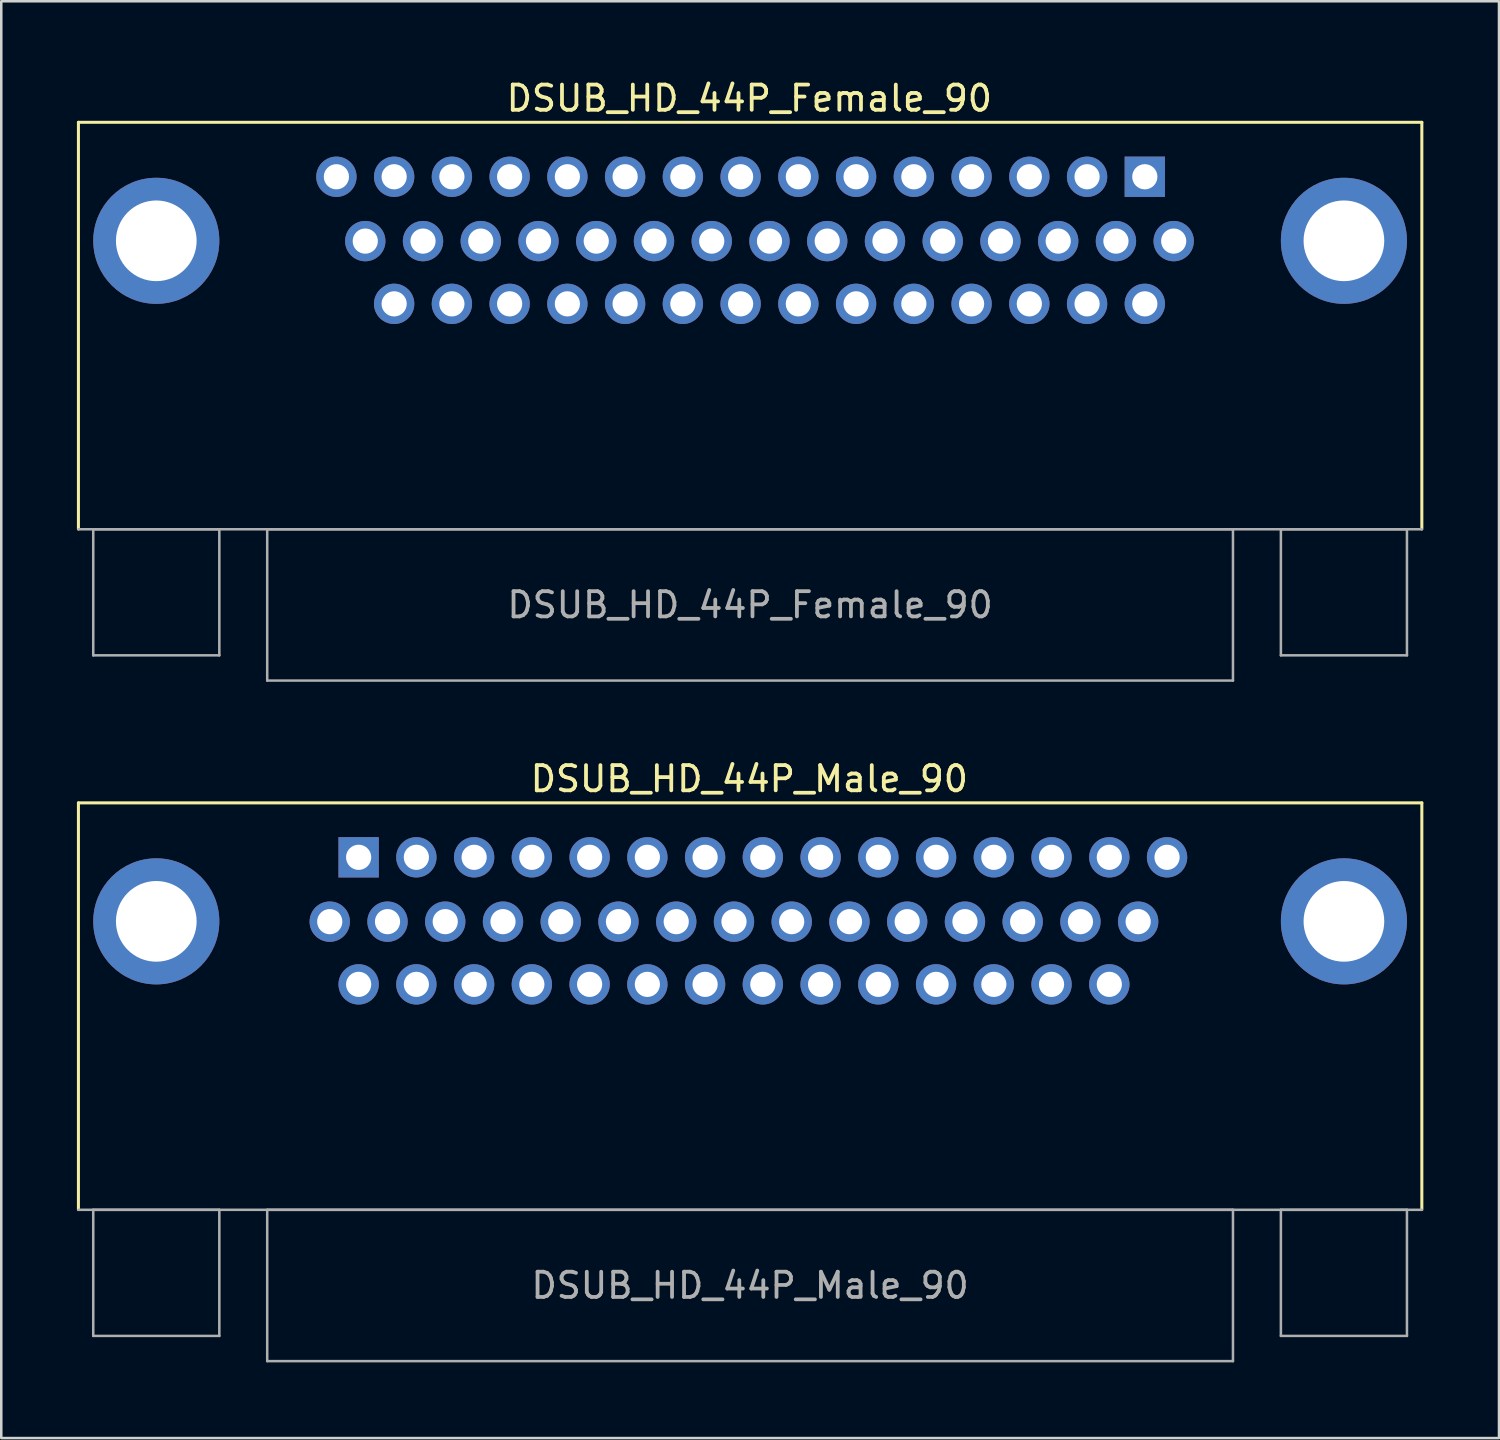
<source format=kicad_pcb>
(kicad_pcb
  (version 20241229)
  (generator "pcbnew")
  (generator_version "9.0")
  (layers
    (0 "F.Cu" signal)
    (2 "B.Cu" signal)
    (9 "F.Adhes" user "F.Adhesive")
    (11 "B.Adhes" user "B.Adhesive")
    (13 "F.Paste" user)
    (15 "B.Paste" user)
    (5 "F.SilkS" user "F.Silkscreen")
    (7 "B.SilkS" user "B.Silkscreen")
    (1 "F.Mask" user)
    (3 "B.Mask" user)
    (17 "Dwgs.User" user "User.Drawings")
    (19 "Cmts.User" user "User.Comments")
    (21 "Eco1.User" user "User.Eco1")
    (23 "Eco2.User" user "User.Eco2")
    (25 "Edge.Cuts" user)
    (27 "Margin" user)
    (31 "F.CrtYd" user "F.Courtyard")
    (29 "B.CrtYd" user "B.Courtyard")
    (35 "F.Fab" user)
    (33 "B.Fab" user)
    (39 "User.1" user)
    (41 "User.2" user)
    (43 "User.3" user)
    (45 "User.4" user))
  (footprint "DSUB_HD_44P_Male_90"
    (layer "F.Cu")
    (at 26.73 44.919)
    (property "Reference" "DSUB_HD_44P_Male_90" (at -0.064 -17.081 0) (layer "F.SilkS") (effects (font (size 1 1) (thickness 0.15))))
    (attr through_hole)
    (fp_line (start -26.67 -16.129) (end -26.67 0) (stroke (width 0.12) (type solid)) (layer "F.SilkS"))
    (fp_line (start -26.67 -16.129) (end 26.607 -16.129) (stroke (width 0.12) (type solid)) (layer "F.SilkS"))
    (fp_line (start 26.607 -16.129) (end 26.607 0) (stroke (width 0.12) (type solid)) (layer "F.SilkS"))
    (fp_line (start -26.67 0.01) (end 26.607 0.01) (stroke (width 0.1) (type solid)) (layer "F.Fab"))
    (fp_line (start -26.082 0.01) (end -26.082 5.01) (stroke (width 0.1) (type solid)) (layer "F.Fab"))
    (fp_line (start -26.082 5.01) (end -21.082 5.01) (stroke (width 0.1) (type solid)) (layer "F.Fab"))
    (fp_line (start -21.082 0.01) (end -26.082 0.01) (stroke (width 0.1) (type solid)) (layer "F.Fab"))
    (fp_line (start -21.082 5.01) (end -21.082 0.01) (stroke (width 0.1) (type solid)) (layer "F.Fab"))
    (fp_line (start -19.183 0.01) (end -19.183 6.01) (stroke (width 0.1) (type solid)) (layer "F.Fab"))
    (fp_line (start -19.183 6.01) (end 19.117 6.01) (stroke (width 0.1) (type solid)) (layer "F.Fab"))
    (fp_line (start 19.117 0.01) (end -19.183 0.01) (stroke (width 0.1) (type solid)) (layer "F.Fab"))
    (fp_line (start 19.117 6.01) (end 19.117 0.01) (stroke (width 0.1) (type solid)) (layer "F.Fab"))
    (fp_line (start 21.017 0.01) (end 21.017 5.01) (stroke (width 0.1) (type solid)) (layer "F.Fab"))
    (fp_line (start 21.017 5.01) (end 26.017 5.01) (stroke (width 0.1) (type solid)) (layer "F.Fab"))
    (fp_line (start 26.017 0.01) (end 21.017 0.01) (stroke (width 0.1) (type solid)) (layer "F.Fab"))
    (fp_line (start 26.017 5.01) (end 26.017 0.01) (stroke (width 0.1) (type solid)) (layer "F.Fab"))
    (fp_text user "${REFERENCE}" (at -0.033 3.01 0) (layer "F.Fab") (effects (font (size 1 1) (thickness 0.15))))
    (pad "1" thru_hole rect (at -15.557 -13.97) (size 1.6 1.6) (drill 1) (layers "*.Cu" "*.Mask"))
    (pad "2" thru_hole circle (at -13.268 -13.97) (size 1.6 1.6) (drill 1) (layers "*.Cu" "*.Mask"))
    (pad "3" thru_hole circle (at -10.977 -13.97) (size 1.6 1.6) (drill 1) (layers "*.Cu" "*.Mask"))
    (pad "4" thru_hole circle (at -8.688 -13.97) (size 1.6 1.6) (drill 1) (layers "*.Cu" "*.Mask"))
    (pad "5" thru_hole circle (at -6.397 -13.97) (size 1.6 1.6) (drill 1) (layers "*.Cu" "*.Mask"))
    (pad "6" thru_hole circle (at -4.107 -13.97) (size 1.6 1.6) (drill 1) (layers "*.Cu" "*.Mask"))
    (pad "7" thru_hole circle (at -1.817 -13.97) (size 1.6 1.6) (drill 1) (layers "*.Cu" "*.Mask"))
    (pad "8" thru_hole circle (at 0.472 -13.97) (size 1.6 1.6) (drill 1) (layers "*.Cu" "*.Mask"))
    (pad "9" thru_hole circle (at 2.763 -13.97) (size 1.6 1.6) (drill 1) (layers "*.Cu" "*.Mask"))
    (pad "10" thru_hole circle (at 5.053 -13.97) (size 1.6 1.6) (drill 1) (layers "*.Cu" "*.Mask"))
    (pad "11" thru_hole circle (at 7.343 -13.97) (size 1.6 1.6) (drill 1) (layers "*.Cu" "*.Mask"))
    (pad "12" thru_hole circle (at 9.633 -13.97) (size 1.6 1.6) (drill 1) (layers "*.Cu" "*.Mask"))
    (pad "13" thru_hole circle (at 11.922 -13.97) (size 1.6 1.6) (drill 1) (layers "*.Cu" "*.Mask"))
    (pad "14" thru_hole circle (at 14.213 -13.97) (size 1.6 1.6) (drill 1) (layers "*.Cu" "*.Mask"))
    (pad "15" thru_hole circle (at 16.503 -13.97) (size 1.6 1.6) (drill 1) (layers "*.Cu" "*.Mask"))
    (pad "16" thru_hole circle (at -16.703 -11.418) (size 1.6 1.6) (drill 1) (layers "*.Cu" "*.Mask"))
    (pad "17" thru_hole circle (at -14.412 -11.418) (size 1.6 1.6) (drill 1) (layers "*.Cu" "*.Mask"))
    (pad "18" thru_hole circle (at -12.123 -11.418) (size 1.6 1.6) (drill 1) (layers "*.Cu" "*.Mask"))
    (pad "19" thru_hole circle (at -9.832 -11.418) (size 1.6 1.6) (drill 1) (layers "*.Cu" "*.Mask"))
    (pad "20" thru_hole circle (at -7.543 -11.418) (size 1.6 1.6) (drill 1) (layers "*.Cu" "*.Mask"))
    (pad "21" thru_hole circle (at -5.253 -11.418) (size 1.6 1.6) (drill 1) (layers "*.Cu" "*.Mask"))
    (pad "22" thru_hole circle (at -2.962 -11.418) (size 1.6 1.6) (drill 1) (layers "*.Cu" "*.Mask"))
    (pad "23" thru_hole circle (at -0.672 -11.418) (size 1.6 1.6) (drill 1) (layers "*.Cu" "*.Mask"))
    (pad "24" thru_hole circle (at 1.617 -11.418) (size 1.6 1.6) (drill 1) (layers "*.Cu" "*.Mask"))
    (pad "25" thru_hole circle (at 3.908 -11.418) (size 1.6 1.6) (drill 1) (layers "*.Cu" "*.Mask"))
    (pad "26" thru_hole circle (at 6.197 -11.418) (size 1.6 1.6) (drill 1) (layers "*.Cu" "*.Mask"))
    (pad "27" thru_hole circle (at 8.488 -11.418) (size 1.6 1.6) (drill 1) (layers "*.Cu" "*.Mask"))
    (pad "28" thru_hole circle (at 10.777 -11.418) (size 1.6 1.6) (drill 1) (layers "*.Cu" "*.Mask"))
    (pad "29" thru_hole circle (at 13.068 -11.418) (size 1.6 1.6) (drill 1) (layers "*.Cu" "*.Mask"))
    (pad "30" thru_hole circle (at 15.357 -11.418) (size 1.6 1.6) (drill 1) (layers "*.Cu" "*.Mask"))
    (pad "31" thru_hole circle (at -15.557 -8.931) (size 1.6 1.6) (drill 1) (layers "*.Cu" "*.Mask"))
    (pad "32" thru_hole circle (at -13.268 -8.931) (size 1.6 1.6) (drill 1) (layers "*.Cu" "*.Mask"))
    (pad "33" thru_hole circle (at -10.977 -8.931) (size 1.6 1.6) (drill 1) (layers "*.Cu" "*.Mask"))
    (pad "34" thru_hole circle (at -8.688 -8.931) (size 1.6 1.6) (drill 1) (layers "*.Cu" "*.Mask"))
    (pad "35" thru_hole circle (at -6.397 -8.931) (size 1.6 1.6) (drill 1) (layers "*.Cu" "*.Mask"))
    (pad "36" thru_hole circle (at -4.107 -8.931) (size 1.6 1.6) (drill 1) (layers "*.Cu" "*.Mask"))
    (pad "37" thru_hole circle (at -1.817 -8.931) (size 1.6 1.6) (drill 1) (layers "*.Cu" "*.Mask"))
    (pad "38" thru_hole circle (at 0.472 -8.931) (size 1.6 1.6) (drill 1) (layers "*.Cu" "*.Mask"))
    (pad "39" thru_hole circle (at 2.763 -8.931) (size 1.6 1.6) (drill 1) (layers "*.Cu" "*.Mask"))
    (pad "40" thru_hole circle (at 5.053 -8.931) (size 1.6 1.6) (drill 1) (layers "*.Cu" "*.Mask"))
    (pad "41" thru_hole circle (at 7.343 -8.931) (size 1.6 1.6) (drill 1) (layers "*.Cu" "*.Mask"))
    (pad "42" thru_hole circle (at 9.633 -8.931) (size 1.6 1.6) (drill 1) (layers "*.Cu" "*.Mask"))
    (pad "43" thru_hole circle (at 11.922 -8.931) (size 1.6 1.6) (drill 1) (layers "*.Cu" "*.Mask"))
    (pad "44" thru_hole circle (at 14.213 -8.931) (size 1.6 1.6) (drill 1) (layers "*.Cu" "*.Mask"))
    (pad "101" thru_hole circle (at -23.582 -11.43) (size 5 5) (drill 3.2) (layers "*.Cu" "*.Mask"))
    (pad "102" thru_hole circle (at 23.517 -11.43) (size 5 5) (drill 3.2) (layers "*.Cu" "*.Mask")))
  (footprint "DSUB_HD_44P_Female_90"
    (layer "F.Cu")
    (at 26.73 17.934)
    (property "Reference" "DSUB_HD_44P_Female_90" (at -0.064 -17.085 0) (layer "F.SilkS") (effects (font (size 1 1) (thickness 0.15))))
    (attr through_hole)
    (fp_line (start -26.67 -16.133) (end -26.67 -0.004) (stroke (width 0.12) (type solid)) (layer "F.SilkS"))
    (fp_line (start -26.67 -16.133) (end 26.607 -16.133) (stroke (width 0.12) (type solid)) (layer "F.SilkS"))
    (fp_line (start 26.607 -16.133) (end 26.607 -0.004) (stroke (width 0.12) (type solid)) (layer "F.SilkS"))
    (fp_line (start -26.67 0.006) (end 26.607 0.006) (stroke (width 0.1) (type solid)) (layer "F.Fab"))
    (fp_line (start -26.082 0.006) (end -26.082 5.006) (stroke (width 0.1) (type solid)) (layer "F.Fab"))
    (fp_line (start -26.082 5.006) (end -21.082 5.006) (stroke (width 0.1) (type solid)) (layer "F.Fab"))
    (fp_line (start -21.082 0.006) (end -26.082 0.006) (stroke (width 0.1) (type solid)) (layer "F.Fab"))
    (fp_line (start -21.082 5.006) (end -21.082 0.006) (stroke (width 0.1) (type solid)) (layer "F.Fab"))
    (fp_line (start -19.183 0.006) (end -19.183 6.006) (stroke (width 0.1) (type solid)) (layer "F.Fab"))
    (fp_line (start -19.183 6.006) (end 19.117 6.006) (stroke (width 0.1) (type solid)) (layer "F.Fab"))
    (fp_line (start 19.117 0.006) (end -19.183 0.006) (stroke (width 0.1) (type solid)) (layer "F.Fab"))
    (fp_line (start 19.117 6.006) (end 19.117 0.006) (stroke (width 0.1) (type solid)) (layer "F.Fab"))
    (fp_line (start 21.017 0.006) (end 21.017 5.006) (stroke (width 0.1) (type solid)) (layer "F.Fab"))
    (fp_line (start 21.017 5.006) (end 26.017 5.006) (stroke (width 0.1) (type solid)) (layer "F.Fab"))
    (fp_line (start 26.017 0.006) (end 21.017 0.006) (stroke (width 0.1) (type solid)) (layer "F.Fab"))
    (fp_line (start 26.017 5.006) (end 26.017 0.006) (stroke (width 0.1) (type solid)) (layer "F.Fab"))
    (fp_text user "${REFERENCE}" (at -0.033 3.006 0) (layer "F.Fab") (effects (font (size 1 1) (thickness 0.15))))
    (pad "1" thru_hole rect (at 15.621 -13.974) (size 1.6 1.6) (drill 1) (layers "*.Cu" "*.Mask"))
    (pad "2" thru_hole circle (at 13.331 -13.974) (size 1.6 1.6) (drill 1) (layers "*.Cu" "*.Mask"))
    (pad "3" thru_hole circle (at 11.041 -13.974) (size 1.6 1.6) (drill 1) (layers "*.Cu" "*.Mask"))
    (pad "4" thru_hole circle (at 8.751 -13.974) (size 1.6 1.6) (drill 1) (layers "*.Cu" "*.Mask"))
    (pad "5" thru_hole circle (at 6.461 -13.974) (size 1.6 1.6) (drill 1) (layers "*.Cu" "*.Mask"))
    (pad "6" thru_hole circle (at 4.171 -13.974) (size 1.6 1.6) (drill 1) (layers "*.Cu" "*.Mask"))
    (pad "7" thru_hole circle (at 1.881 -13.974) (size 1.6 1.6) (drill 1) (layers "*.Cu" "*.Mask"))
    (pad "8" thru_hole circle (at -0.409 -13.974) (size 1.6 1.6) (drill 1) (layers "*.Cu" "*.Mask"))
    (pad "9" thru_hole circle (at -2.699 -13.974) (size 1.6 1.6) (drill 1) (layers "*.Cu" "*.Mask"))
    (pad "10" thru_hole circle (at -4.989 -13.974) (size 1.6 1.6) (drill 1) (layers "*.Cu" "*.Mask"))
    (pad "11" thru_hole circle (at -7.279 -13.974) (size 1.6 1.6) (drill 1) (layers "*.Cu" "*.Mask"))
    (pad "12" thru_hole circle (at -9.569 -13.974) (size 1.6 1.6) (drill 1) (layers "*.Cu" "*.Mask"))
    (pad "13" thru_hole circle (at -11.859 -13.974) (size 1.6 1.6) (drill 1) (layers "*.Cu" "*.Mask"))
    (pad "14" thru_hole circle (at -14.149 -13.974) (size 1.6 1.6) (drill 1) (layers "*.Cu" "*.Mask"))
    (pad "15" thru_hole circle (at -16.439 -13.974) (size 1.6 1.6) (drill 1) (layers "*.Cu" "*.Mask"))
    (pad "16" thru_hole circle (at 16.766 -11.422) (size 1.6 1.6) (drill 1) (layers "*.Cu" "*.Mask"))
    (pad "17" thru_hole circle (at 14.476 -11.422) (size 1.6 1.6) (drill 1) (layers "*.Cu" "*.Mask"))
    (pad "18" thru_hole circle (at 12.186 -11.422) (size 1.6 1.6) (drill 1) (layers "*.Cu" "*.Mask"))
    (pad "19" thru_hole circle (at 9.896 -11.422) (size 1.6 1.6) (drill 1) (layers "*.Cu" "*.Mask"))
    (pad "20" thru_hole circle (at 7.606 -11.422) (size 1.6 1.6) (drill 1) (layers "*.Cu" "*.Mask"))
    (pad "21" thru_hole circle (at 5.316 -11.422) (size 1.6 1.6) (drill 1) (layers "*.Cu" "*.Mask"))
    (pad "22" thru_hole circle (at 3.026 -11.422) (size 1.6 1.6) (drill 1) (layers "*.Cu" "*.Mask"))
    (pad "23" thru_hole circle (at 0.736 -11.422) (size 1.6 1.6) (drill 1) (layers "*.Cu" "*.Mask"))
    (pad "24" thru_hole circle (at -1.554 -11.422) (size 1.6 1.6) (drill 1) (layers "*.Cu" "*.Mask"))
    (pad "25" thru_hole circle (at -3.844 -11.422) (size 1.6 1.6) (drill 1) (layers "*.Cu" "*.Mask"))
    (pad "26" thru_hole circle (at -6.134 -11.422) (size 1.6 1.6) (drill 1) (layers "*.Cu" "*.Mask"))
    (pad "27" thru_hole circle (at -8.424 -11.422) (size 1.6 1.6) (drill 1) (layers "*.Cu" "*.Mask"))
    (pad "28" thru_hole circle (at -10.714 -11.422) (size 1.6 1.6) (drill 1) (layers "*.Cu" "*.Mask"))
    (pad "29" thru_hole circle (at -13.004 -11.422) (size 1.6 1.6) (drill 1) (layers "*.Cu" "*.Mask"))
    (pad "30" thru_hole circle (at -15.294 -11.422) (size 1.6 1.6) (drill 1) (layers "*.Cu" "*.Mask"))
    (pad "31" thru_hole circle (at 15.621 -8.934) (size 1.6 1.6) (drill 1) (layers "*.Cu" "*.Mask"))
    (pad "32" thru_hole circle (at 13.331 -8.934) (size 1.6 1.6) (drill 1) (layers "*.Cu" "*.Mask"))
    (pad "33" thru_hole circle (at 11.041 -8.934) (size 1.6 1.6) (drill 1) (layers "*.Cu" "*.Mask"))
    (pad "34" thru_hole circle (at 8.751 -8.934) (size 1.6 1.6) (drill 1) (layers "*.Cu" "*.Mask"))
    (pad "35" thru_hole circle (at 6.461 -8.934) (size 1.6 1.6) (drill 1) (layers "*.Cu" "*.Mask"))
    (pad "36" thru_hole circle (at 4.171 -8.934) (size 1.6 1.6) (drill 1) (layers "*.Cu" "*.Mask"))
    (pad "37" thru_hole circle (at 1.881 -8.934) (size 1.6 1.6) (drill 1) (layers "*.Cu" "*.Mask"))
    (pad "38" thru_hole circle (at -0.409 -8.934) (size 1.6 1.6) (drill 1) (layers "*.Cu" "*.Mask"))
    (pad "39" thru_hole circle (at -2.699 -8.934) (size 1.6 1.6) (drill 1) (layers "*.Cu" "*.Mask"))
    (pad "40" thru_hole circle (at -4.989 -8.934) (size 1.6 1.6) (drill 1) (layers "*.Cu" "*.Mask"))
    (pad "41" thru_hole circle (at -7.279 -8.934) (size 1.6 1.6) (drill 1) (layers "*.Cu" "*.Mask"))
    (pad "42" thru_hole circle (at -9.569 -8.934) (size 1.6 1.6) (drill 1) (layers "*.Cu" "*.Mask"))
    (pad "43" thru_hole circle (at -11.859 -8.934) (size 1.6 1.6) (drill 1) (layers "*.Cu" "*.Mask"))
    (pad "44" thru_hole circle (at -14.149 -8.934) (size 1.6 1.6) (drill 1) (layers "*.Cu" "*.Mask"))
    (pad "101" thru_hole circle (at -23.582 -11.434) (size 5 5) (drill 3.2) (layers "*.Cu" "*.Mask"))
    (pad "102" thru_hole circle (at 23.517 -11.434) (size 5 5) (drill 3.2) (layers "*.Cu" "*.Mask")))
  (gr_rect
    (start -3 -3)
    (end 56.397 53.98)
    (stroke (width 0.1) (type default))
    (fill no)
    (layer "Edge.Cuts")))
</source>
